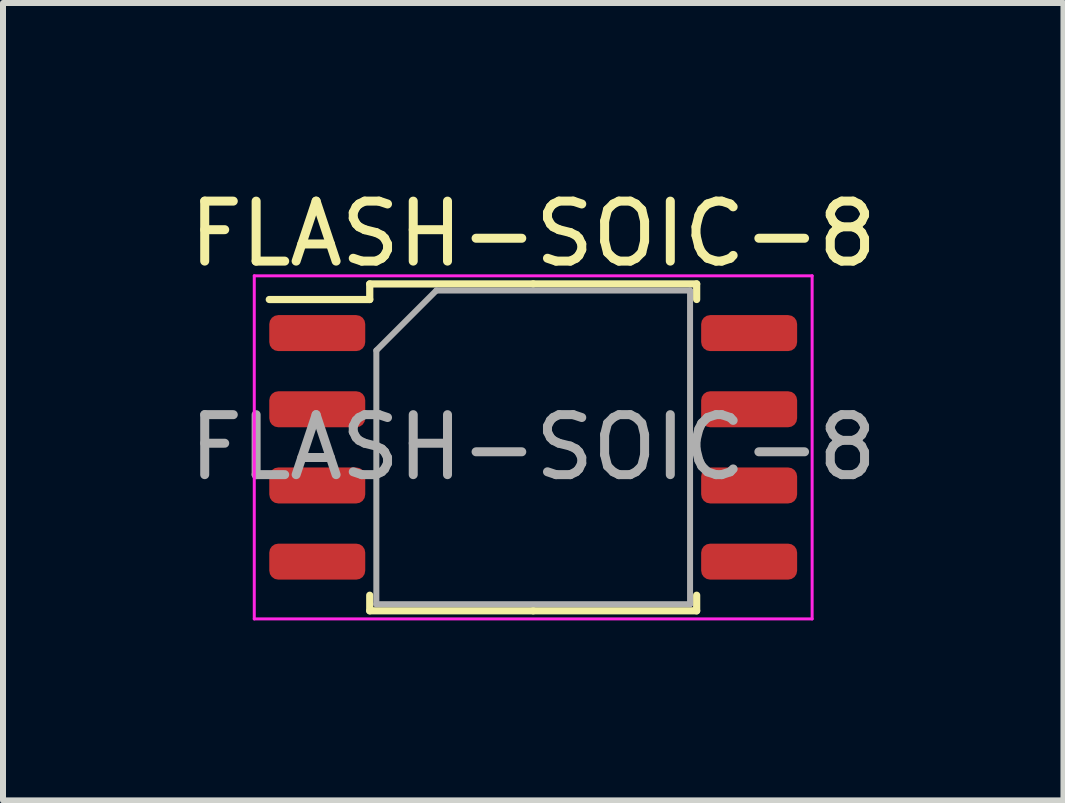
<source format=kicad_pcb>
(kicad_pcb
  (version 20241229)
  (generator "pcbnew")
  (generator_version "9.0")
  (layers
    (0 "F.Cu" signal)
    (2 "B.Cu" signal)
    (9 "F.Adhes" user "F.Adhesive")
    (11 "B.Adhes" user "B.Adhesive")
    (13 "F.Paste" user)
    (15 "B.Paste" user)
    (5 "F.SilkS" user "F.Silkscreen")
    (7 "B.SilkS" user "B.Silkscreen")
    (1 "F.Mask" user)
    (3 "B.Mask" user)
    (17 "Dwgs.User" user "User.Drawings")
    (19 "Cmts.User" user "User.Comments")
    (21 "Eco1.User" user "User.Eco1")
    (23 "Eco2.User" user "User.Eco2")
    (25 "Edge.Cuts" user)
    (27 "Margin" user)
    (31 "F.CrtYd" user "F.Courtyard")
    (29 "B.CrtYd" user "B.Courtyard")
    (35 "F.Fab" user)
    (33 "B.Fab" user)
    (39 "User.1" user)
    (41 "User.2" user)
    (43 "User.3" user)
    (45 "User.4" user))
  (footprint "FLASH-SOIC-8"
    (layer "F.Cu")
    (at 5.839 4.408)
    (property "Reference" "FLASH-SOIC-8" (at 0 -3.56 0) (layer "F.SilkS") (effects (font (size 1 1) (thickness 0.15))))
    (attr smd)
    (fp_line (start -2.725 -2.725) (end -2.725 -2.465) (stroke (width 0.12) (type solid)) (layer "F.SilkS"))
    (fp_line (start -2.725 -2.465) (end -4.4 -2.465) (stroke (width 0.12) (type solid)) (layer "F.SilkS"))
    (fp_line (start -2.725 2.725) (end -2.725 2.465) (stroke (width 0.12) (type solid)) (layer "F.SilkS"))
    (fp_line (start 0 -2.725) (end -2.725 -2.725) (stroke (width 0.12) (type solid)) (layer "F.SilkS"))
    (fp_line (start 0 -2.725) (end 2.725 -2.725) (stroke (width 0.12) (type solid)) (layer "F.SilkS"))
    (fp_line (start 0 2.725) (end -2.725 2.725) (stroke (width 0.12) (type solid)) (layer "F.SilkS"))
    (fp_line (start 0 2.725) (end 2.725 2.725) (stroke (width 0.12) (type solid)) (layer "F.SilkS"))
    (fp_line (start 2.725 -2.725) (end 2.725 -2.465) (stroke (width 0.12) (type solid)) (layer "F.SilkS"))
    (fp_line (start 2.725 2.725) (end 2.725 2.465) (stroke (width 0.12) (type solid)) (layer "F.SilkS"))
    (fp_line (start -4.65 -2.86) (end -4.65 2.86) (stroke (width 0.05) (type solid)) (layer "F.CrtYd"))
    (fp_line (start -4.65 2.86) (end 4.65 2.86) (stroke (width 0.05) (type solid)) (layer "F.CrtYd"))
    (fp_line (start 4.65 -2.86) (end -4.65 -2.86) (stroke (width 0.05) (type solid)) (layer "F.CrtYd"))
    (fp_line (start 4.65 2.86) (end 4.65 -2.86) (stroke (width 0.05) (type solid)) (layer "F.CrtYd"))
    (fp_line (start -2.615 -1.615) (end -1.615 -2.615) (stroke (width 0.1) (type solid)) (layer "F.Fab"))
    (fp_line (start -2.615 2.615) (end -2.615 -1.615) (stroke (width 0.1) (type solid)) (layer "F.Fab"))
    (fp_line (start -1.615 -2.615) (end 2.615 -2.615) (stroke (width 0.1) (type solid)) (layer "F.Fab"))
    (fp_line (start 2.615 -2.615) (end 2.615 2.615) (stroke (width 0.1) (type solid)) (layer "F.Fab"))
    (fp_line (start 2.615 2.615) (end -2.615 2.615) (stroke (width 0.1) (type solid)) (layer "F.Fab"))
    (fp_text user "${REFERENCE}" (at 0 0 0) (layer "F.Fab") (effects (font (size 1 1) (thickness 0.15))))
    (pad "1" smd roundrect (at -3.6 -1.905) (size 1.6 0.6) (layers "F.Cu" "F.Mask" "F.Paste") (roundrect_rratio 0.25))
    (pad "2" smd roundrect (at -3.6 -0.635) (size 1.6 0.6) (layers "F.Cu" "F.Mask" "F.Paste") (roundrect_rratio 0.25))
    (pad "3" smd roundrect (at -3.6 0.635) (size 1.6 0.6) (layers "F.Cu" "F.Mask" "F.Paste") (roundrect_rratio 0.25))
    (pad "4" smd roundrect (at -3.6 1.905) (size 1.6 0.6) (layers "F.Cu" "F.Mask" "F.Paste") (roundrect_rratio 0.25))
    (pad "5" smd roundrect (at 3.6 1.905) (size 1.6 0.6) (layers "F.Cu" "F.Mask" "F.Paste") (roundrect_rratio 0.25))
    (pad "6" smd roundrect (at 3.6 0.635) (size 1.6 0.6) (layers "F.Cu" "F.Mask" "F.Paste") (roundrect_rratio 0.25))
    (pad "7" smd roundrect (at 3.6 -0.635) (size 1.6 0.6) (layers "F.Cu" "F.Mask" "F.Paste") (roundrect_rratio 0.25))
    (pad "8" smd roundrect (at 3.6 -1.905) (size 1.6 0.6) (layers "F.Cu" "F.Mask" "F.Paste") (roundrect_rratio 0.25)))
  (gr_rect
    (start -3 -3)
    (end 14.679 10.293)
    (stroke (width 0.1) (type default))
    (fill no)
    (layer "Edge.Cuts")))
</source>
